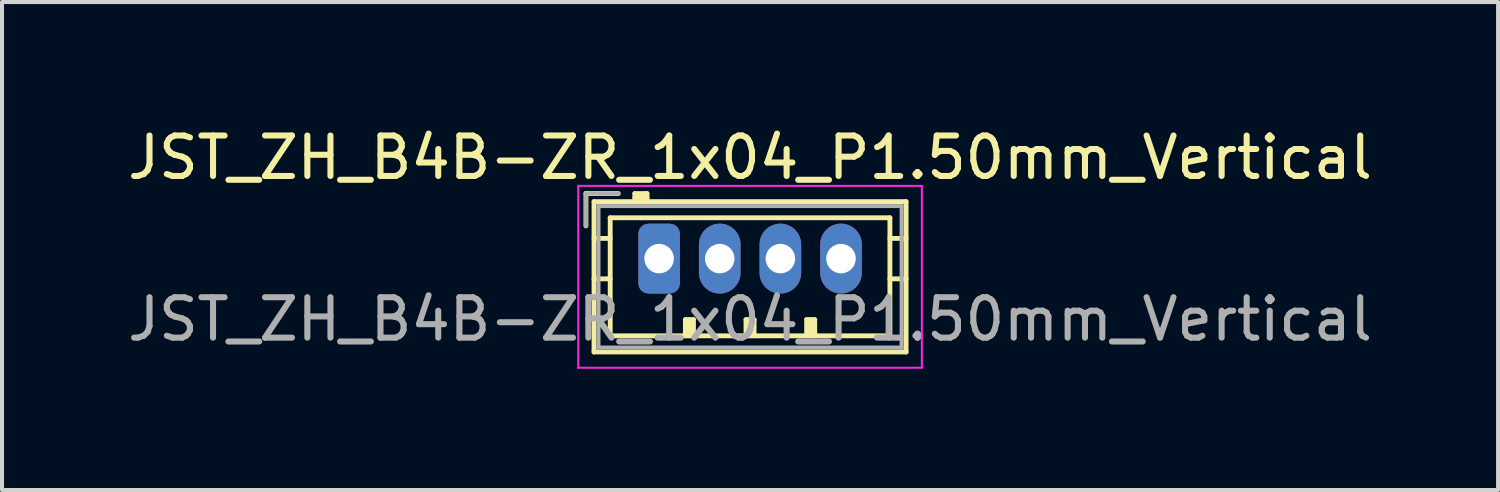
<source format=kicad_pcb>
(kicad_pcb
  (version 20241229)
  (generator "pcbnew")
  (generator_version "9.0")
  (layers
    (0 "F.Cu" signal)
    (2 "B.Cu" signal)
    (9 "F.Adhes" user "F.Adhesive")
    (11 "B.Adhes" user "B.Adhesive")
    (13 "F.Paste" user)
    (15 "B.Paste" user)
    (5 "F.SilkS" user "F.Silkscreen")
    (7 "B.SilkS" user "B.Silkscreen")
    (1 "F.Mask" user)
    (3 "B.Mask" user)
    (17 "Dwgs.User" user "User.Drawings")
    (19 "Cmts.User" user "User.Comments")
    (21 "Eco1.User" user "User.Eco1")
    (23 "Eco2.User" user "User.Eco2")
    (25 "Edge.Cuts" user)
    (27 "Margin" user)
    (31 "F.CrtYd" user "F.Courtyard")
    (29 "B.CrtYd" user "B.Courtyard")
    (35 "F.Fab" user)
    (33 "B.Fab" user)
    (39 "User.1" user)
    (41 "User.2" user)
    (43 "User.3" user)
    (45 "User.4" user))
  (footprint "JST_ZH_B4B-ZR_1x04_P1.50mm_Vertical"
    (layer "F.Cu")
    (at 13.256 3.348)
    (property "Reference" "JST_ZH_B4B-ZR_1x04_P1.50mm_Vertical" (at 2.25 -2.5 0) (layer "F.SilkS") (effects (font (size 1 1) (thickness 0.15))))
    (attr through_hole)
    (fp_line (start -1.81 -1.61) (end -1.81 -0.81) (stroke (width 0.12) (type solid)) (layer "F.SilkS"))
    (fp_line (start -1.61 -1.41) (end -1.61 2.31) (stroke (width 0.12) (type solid)) (layer "F.SilkS"))
    (fp_line (start -1.61 -0.5) (end -1.21 -0.5) (stroke (width 0.12) (type solid)) (layer "F.SilkS"))
    (fp_line (start -1.61 0.5) (end -1.21 0.5) (stroke (width 0.12) (type solid)) (layer "F.SilkS"))
    (fp_line (start -1.61 2.31) (end 6.11 2.31) (stroke (width 0.12) (type solid)) (layer "F.SilkS"))
    (fp_line (start -1.21 -1.01) (end -1.21 1.91) (stroke (width 0.12) (type solid)) (layer "F.SilkS"))
    (fp_line (start -1.21 1.91) (end 5.71 1.91) (stroke (width 0.12) (type solid)) (layer "F.SilkS"))
    (fp_line (start -1.01 -1.61) (end -1.81 -1.61) (stroke (width 0.12) (type solid)) (layer "F.SilkS"))
    (fp_line (start -0.6 -1.61) (end -0.6 -1.41) (stroke (width 0.12) (type solid)) (layer "F.SilkS"))
    (fp_line (start -0.3 -1.61) (end -0.6 -1.61) (stroke (width 0.12) (type solid)) (layer "F.SilkS"))
    (fp_line (start -0.3 -1.51) (end -0.6 -1.51) (stroke (width 0.12) (type solid)) (layer "F.SilkS"))
    (fp_line (start -0.3 -1.41) (end -0.3 -1.61) (stroke (width 0.12) (type solid)) (layer "F.SilkS"))
    (fp_line (start 0.65 1.51) (end 0.85 1.51) (stroke (width 0.12) (type solid)) (layer "F.SilkS"))
    (fp_line (start 0.65 1.91) (end 0.65 1.51) (stroke (width 0.12) (type solid)) (layer "F.SilkS"))
    (fp_line (start 0.75 1.91) (end 0.75 1.51) (stroke (width 0.12) (type solid)) (layer "F.SilkS"))
    (fp_line (start 0.85 1.51) (end 0.85 1.91) (stroke (width 0.12) (type solid)) (layer "F.SilkS"))
    (fp_line (start 2.15 1.51) (end 2.35 1.51) (stroke (width 0.12) (type solid)) (layer "F.SilkS"))
    (fp_line (start 2.15 1.91) (end 2.15 1.51) (stroke (width 0.12) (type solid)) (layer "F.SilkS"))
    (fp_line (start 2.25 1.91) (end 2.25 1.51) (stroke (width 0.12) (type solid)) (layer "F.SilkS"))
    (fp_line (start 2.35 1.51) (end 2.35 1.91) (stroke (width 0.12) (type solid)) (layer "F.SilkS"))
    (fp_line (start 3.65 1.51) (end 3.85 1.51) (stroke (width 0.12) (type solid)) (layer "F.SilkS"))
    (fp_line (start 3.65 1.91) (end 3.65 1.51) (stroke (width 0.12) (type solid)) (layer "F.SilkS"))
    (fp_line (start 3.75 1.91) (end 3.75 1.51) (stroke (width 0.12) (type solid)) (layer "F.SilkS"))
    (fp_line (start 3.85 1.51) (end 3.85 1.91) (stroke (width 0.12) (type solid)) (layer "F.SilkS"))
    (fp_line (start 5.71 -1.01) (end -1.21 -1.01) (stroke (width 0.12) (type solid)) (layer "F.SilkS"))
    (fp_line (start 5.71 1.91) (end 5.71 -1.01) (stroke (width 0.12) (type solid)) (layer "F.SilkS"))
    (fp_line (start 6.11 -1.41) (end -1.61 -1.41) (stroke (width 0.12) (type solid)) (layer "F.SilkS"))
    (fp_line (start 6.11 -0.5) (end 5.71 -0.5) (stroke (width 0.12) (type solid)) (layer "F.SilkS"))
    (fp_line (start 6.11 0.5) (end 5.71 0.5) (stroke (width 0.12) (type solid)) (layer "F.SilkS"))
    (fp_line (start 6.11 2.31) (end 6.11 -1.41) (stroke (width 0.12) (type solid)) (layer "F.SilkS"))
    (fp_line (start -2 -1.8) (end -2 2.7) (stroke (width 0.05) (type solid)) (layer "F.CrtYd"))
    (fp_line (start -2 2.7) (end 6.5 2.7) (stroke (width 0.05) (type solid)) (layer "F.CrtYd"))
    (fp_line (start 6.5 -1.8) (end -2 -1.8) (stroke (width 0.05) (type solid)) (layer "F.CrtYd"))
    (fp_line (start 6.5 2.7) (end 6.5 -1.8) (stroke (width 0.05) (type solid)) (layer "F.CrtYd"))
    (fp_line (start -1.81 -1.61) (end -1.81 -0.81) (stroke (width 0.1) (type solid)) (layer "F.Fab"))
    (fp_line (start -1.5 -1.3) (end -1.5 2.2) (stroke (width 0.1) (type solid)) (layer "F.Fab"))
    (fp_line (start -1.5 2.2) (end 6 2.2) (stroke (width 0.1) (type solid)) (layer "F.Fab"))
    (fp_line (start -1.01 -1.61) (end -1.81 -1.61) (stroke (width 0.1) (type solid)) (layer "F.Fab"))
    (fp_line (start 6 -1.3) (end -1.5 -1.3) (stroke (width 0.1) (type solid)) (layer "F.Fab"))
    (fp_line (start 6 2.2) (end 6 -1.3) (stroke (width 0.1) (type solid)) (layer "F.Fab"))
    (fp_text user "${REFERENCE}" (at 2.25 1.5 0) (layer "F.Fab") (effects (font (size 1 1) (thickness 0.15))))
    (pad "1" thru_hole roundrect (at 0 0) (size 1.03 1.73) (drill 0.73) (layers "*.Cu" "*.Mask") (roundrect_rratio 0.243))
    (pad "2" thru_hole oval (at 1.5 0) (size 1.03 1.73) (drill 0.73) (layers "*.Cu" "*.Mask"))
    (pad "3" thru_hole oval (at 3 0) (size 1.03 1.73) (drill 0.73) (layers "*.Cu" "*.Mask"))
    (pad "4" thru_hole oval (at 4.5 0) (size 1.03 1.73) (drill 0.73) (layers "*.Cu" "*.Mask")))
  (gr_rect
    (start -3 -3)
    (end 34.012 9.073)
    (stroke (width 0.1) (type default))
    (fill no)
    (layer "Edge.Cuts")))
</source>
